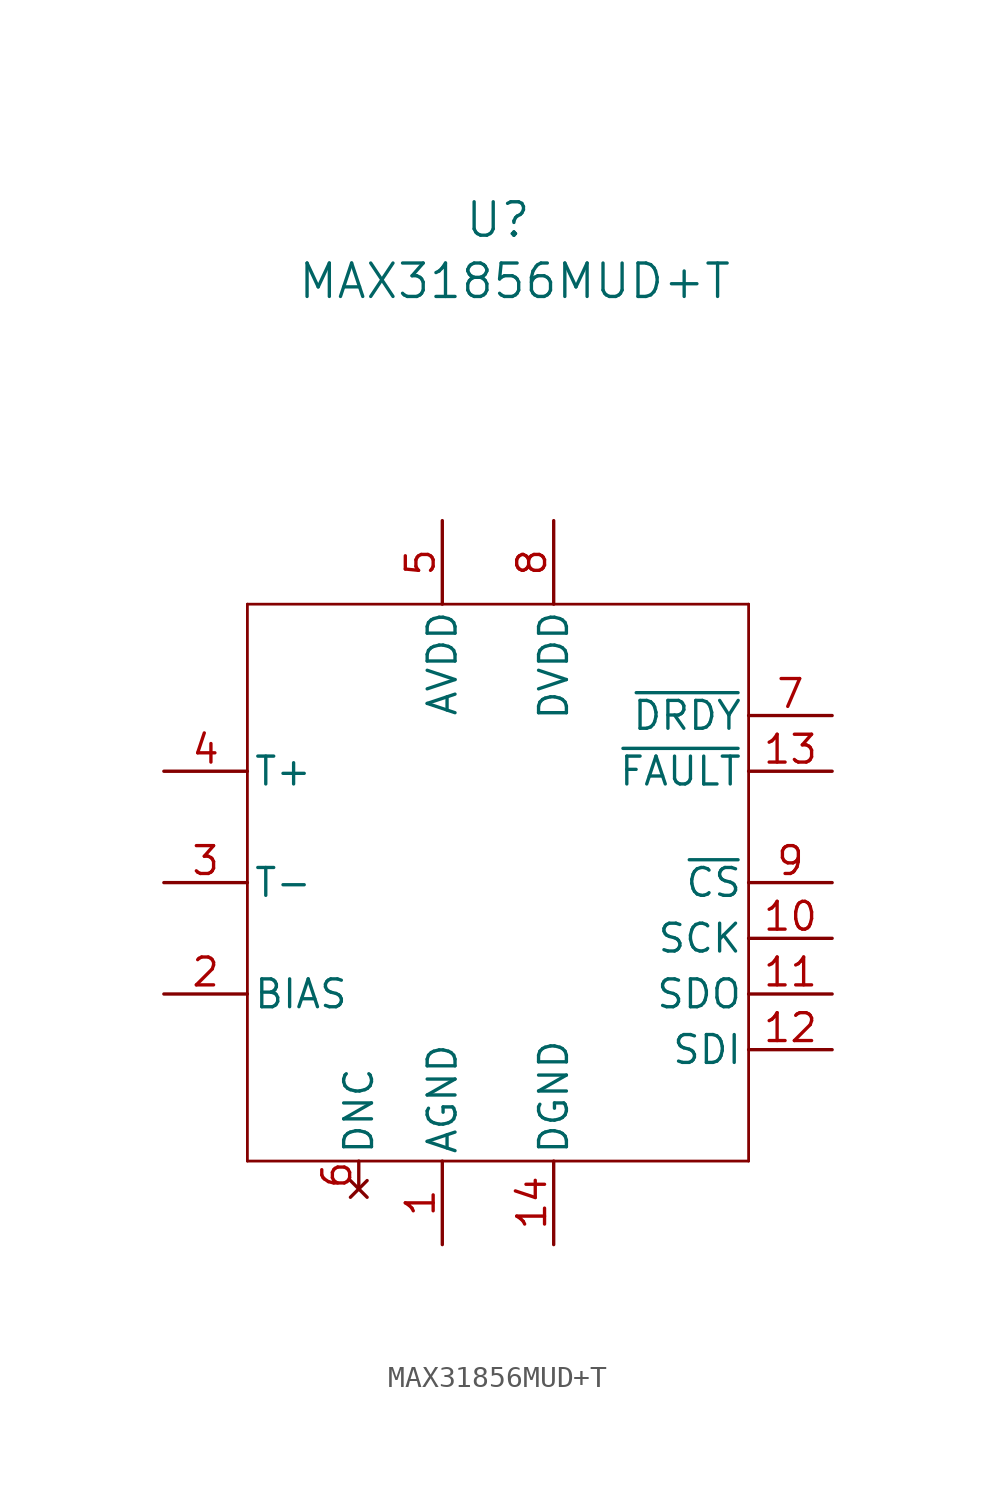
<source format=kicad_sym>
(kicad_symbol_lib
  (version 20231120)
  (generator "kicad_symbol_editor")
  (generator_version "8.0")
  (symbol "MAX31856MUD+T"
    (pin_names
      (offset 0.254))
    (property "Reference" "U"
      (at 19.05 22.606 0)
      (effects (font (size 1.524 1.524))))
    (property "Value" "MAX31856MUD+T"
      (at 19.812 19.812 0)
      (effects (font (size 1.524 1.524))))
    (property "ki_locked" ""
      (at 0 0 0)
      (effects (font (size 1.27 1.27))))
    (symbol "MAX31856MUD+T_0_1"
      (polyline (pts (xy 7.62 -20.32) (xy 30.48 -20.32)) (stroke (width 0.127) (type default)) (fill (type none)))
      (polyline (pts (xy 7.62 5.08) (xy 7.62 -20.32)) (stroke (width 0.127) (type default)) (fill (type none)))
      (polyline (pts (xy 30.48 -20.32) (xy 30.48 5.08)) (stroke (width 0.127) (type default)) (fill (type none)))
      (polyline (pts (xy 30.48 5.08) (xy 7.62 5.08)) (stroke (width 0.127) (type default)) (fill (type none))))
    (symbol "MAX31856MUD+T_1_1"
      (pin passive line (at 16.51 -24.13 90) (length 3.81) (name "AGND" (effects (font (size 1.27 1.27)))) (number "1" (effects (font (size 1.27 1.27)))))
      (pin passive line (at 34.29 -10.16 180) (length 3.81) (name "SCK" (effects (font (size 1.27 1.27)))) (number "10" (effects (font (size 1.27 1.27)))))
      (pin passive line (at 34.29 -12.7 180) (length 3.81) (name "SDO" (effects (font (size 1.27 1.27)))) (number "11" (effects (font (size 1.27 1.27)))))
      (pin passive line (at 34.29 -15.24 180) (length 3.81) (name "SDI" (effects (font (size 1.27 1.27)))) (number "12" (effects (font (size 1.27 1.27)))))
      (pin passive line (at 34.29 -2.54 180) (length 3.81) (name "~{FAULT}" (effects (font (size 1.27 1.27)))) (number "13" (effects (font (size 1.27 1.27)))))
      (pin passive line (at 21.59 -24.13 90) (length 3.81) (name "DGND" (effects (font (size 1.27 1.27)))) (number "14" (effects (font (size 1.27 1.27)))))
      (pin passive line (at 3.81 -12.7 0) (length 3.81) (name "BIAS" (effects (font (size 1.27 1.27)))) (number "2" (effects (font (size 1.27 1.27)))))
      (pin passive line (at 3.81 -7.62 0) (length 3.81) (name "T-" (effects (font (size 1.27 1.27)))) (number "3" (effects (font (size 1.27 1.27)))))
      (pin passive line (at 3.81 -2.54 0) (length 3.81) (name "T+" (effects (font (size 1.27 1.27)))) (number "4" (effects (font (size 1.27 1.27)))))
      (pin passive line (at 16.51 8.89 270) (length 3.81) (name "AVDD" (effects (font (size 1.27 1.27)))) (number "5" (effects (font (size 1.27 1.27)))))
      (pin no_connect line (at 12.7 -21.59 90) (length 1.27) (name "DNC" (effects (font (size 1.27 1.27)))) (number "6" (effects (font (size 1.27 1.27)))))
      (pin passive line (at 34.29 0 180) (length 3.81) (name "~{DRDY}" (effects (font (size 1.27 1.27)))) (number "7" (effects (font (size 1.27 1.27)))))
      (pin passive line (at 21.59 8.89 270) (length 3.81) (name "DVDD" (effects (font (size 1.27 1.27)))) (number "8" (effects (font (size 1.27 1.27)))))
      (pin passive line (at 34.29 -7.62 180) (length 3.81) (name "~{CS}" (effects (font (size 1.27 1.27)))) (number "9" (effects (font (size 1.27 1.27))))))))
</source>
